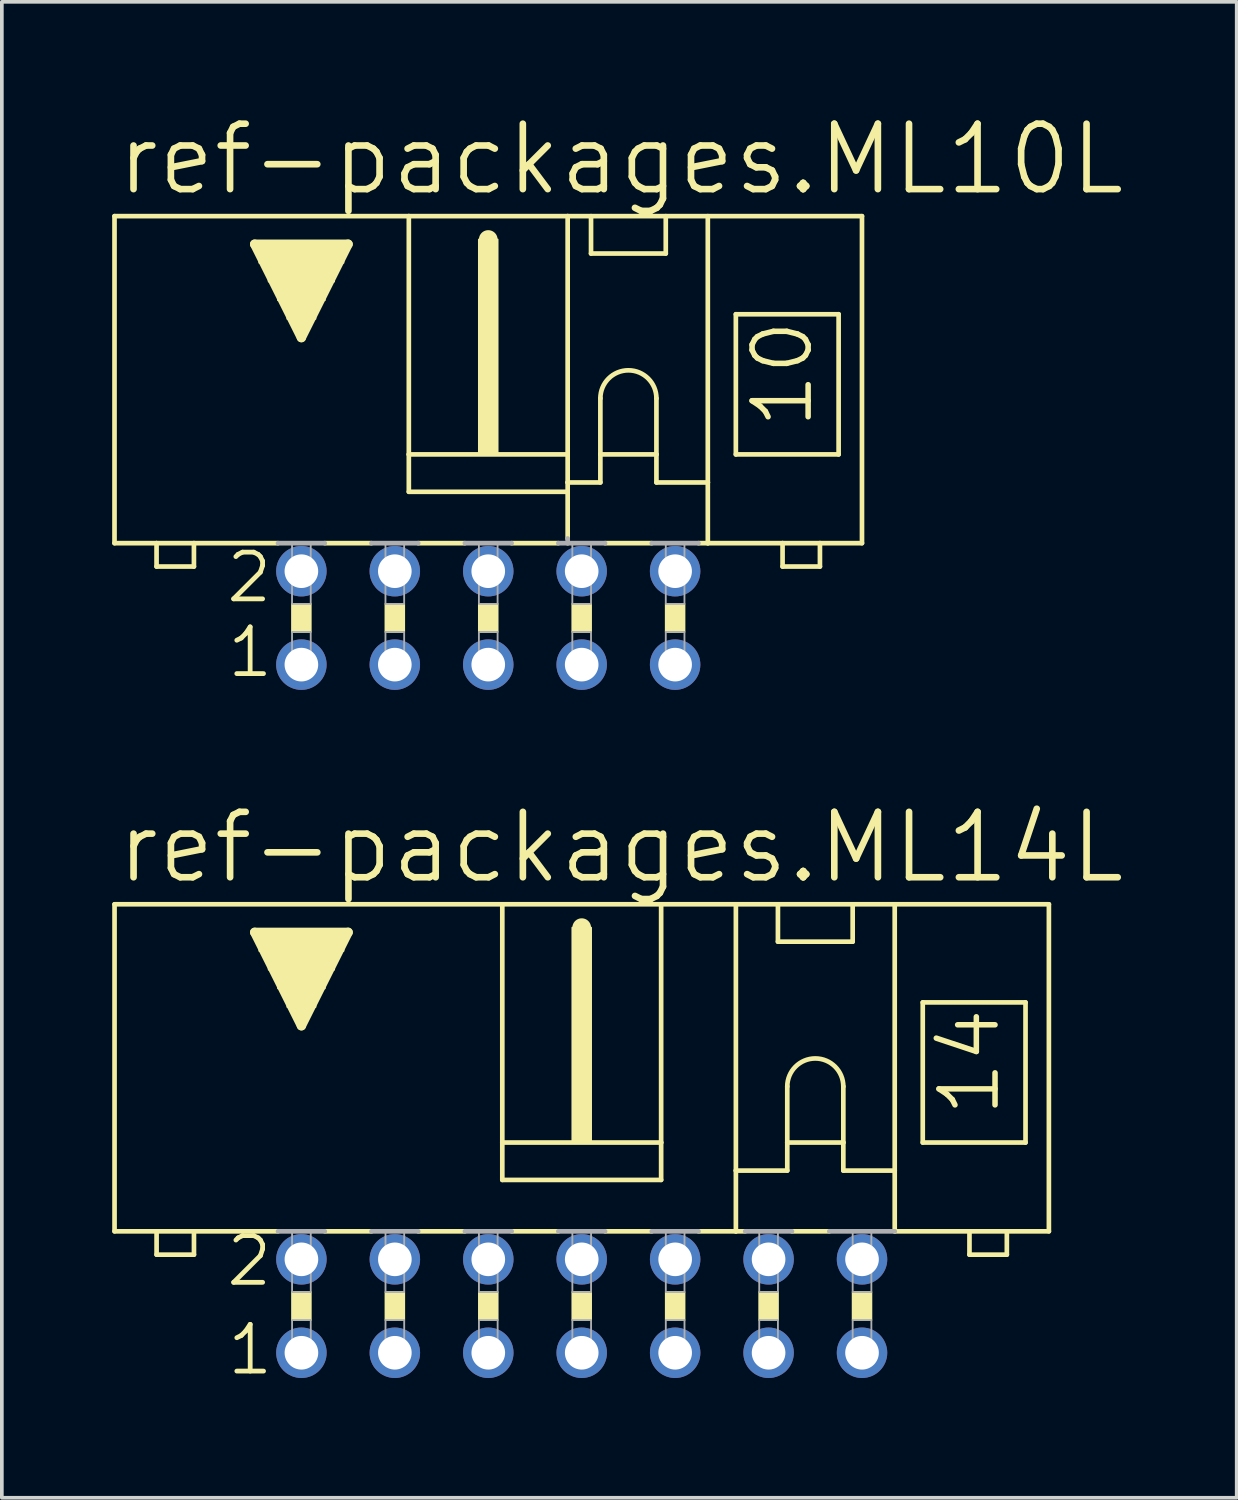
<source format=kicad_pcb>
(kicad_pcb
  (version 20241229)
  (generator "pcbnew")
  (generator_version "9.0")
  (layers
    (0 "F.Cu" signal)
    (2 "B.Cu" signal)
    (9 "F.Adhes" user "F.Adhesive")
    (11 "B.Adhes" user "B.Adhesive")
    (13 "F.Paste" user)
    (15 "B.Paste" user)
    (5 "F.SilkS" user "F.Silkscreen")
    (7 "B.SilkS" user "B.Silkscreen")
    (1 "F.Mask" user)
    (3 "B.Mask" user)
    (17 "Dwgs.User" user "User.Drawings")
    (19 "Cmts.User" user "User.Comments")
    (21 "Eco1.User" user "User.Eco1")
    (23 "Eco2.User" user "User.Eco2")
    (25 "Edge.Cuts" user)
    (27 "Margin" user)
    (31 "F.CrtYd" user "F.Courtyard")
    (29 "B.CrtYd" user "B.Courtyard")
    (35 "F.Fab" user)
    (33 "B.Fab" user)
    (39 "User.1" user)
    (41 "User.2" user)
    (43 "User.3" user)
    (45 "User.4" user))
  (footprint "ref-packages.ML14L"
    (layer "F.Cu")
    (at 12.764 32.455)
    (property "Reference" "ref-packages.ML14L" (at -12.725 -11.43 0) (layer "F.SilkS") (effects (font (size 1.778 1.778) (thickness 0.18)) (justify left bottom)))
    (attr through_hole)
    (fp_line (start -12.7 -10.922) (end -12.7 -2.032) (stroke (width 0.127) (type default)) (layer "F.SilkS"))
    (fp_line (start -12.7 -2.032) (end -11.557 -2.032) (stroke (width 0.127) (type default)) (layer "F.SilkS"))
    (fp_line (start -11.557 -2.032) (end -11.557 -1.397) (stroke (width 0.127) (type default)) (layer "F.SilkS"))
    (fp_line (start -11.557 -2.032) (end -10.541 -2.032) (stroke (width 0.127) (type default)) (layer "F.SilkS"))
    (fp_line (start -10.541 -2.032) (end -8.255 -2.032) (stroke (width 0.127) (type default)) (layer "F.SilkS"))
    (fp_line (start -10.541 -1.397) (end -11.557 -1.397) (stroke (width 0.127) (type default)) (layer "F.SilkS"))
    (fp_line (start -10.541 -1.397) (end -10.541 -2.032) (stroke (width 0.127) (type default)) (layer "F.SilkS"))
    (fp_line (start -8.89 -10.16) (end -6.35 -10.16) (stroke (width 0.254) (type default)) (layer "F.SilkS"))
    (fp_line (start -7.62 -7.62) (end -8.89 -10.16) (stroke (width 0.254) (type default)) (layer "F.SilkS"))
    (fp_line (start -6.985 -2.032) (end -5.715 -2.032) (stroke (width 0.127) (type default)) (layer "F.SilkS"))
    (fp_line (start -6.35 -10.16) (end -7.62 -7.62) (stroke (width 0.254) (type default)) (layer "F.SilkS"))
    (fp_line (start -4.445 -2.032) (end -3.175 -2.032) (stroke (width 0.127) (type default)) (layer "F.SilkS"))
    (fp_line (start -2.159 -10.922) (end -12.7 -10.922) (stroke (width 0.127) (type default)) (layer "F.SilkS"))
    (fp_line (start -2.159 -10.922) (end -2.159 -4.445) (stroke (width 0.127) (type default)) (layer "F.SilkS"))
    (fp_line (start -2.159 -10.922) (end 2.159 -10.922) (stroke (width 0.127) (type default)) (layer "F.SilkS"))
    (fp_line (start -2.159 -4.445) (end -2.159 -3.429) (stroke (width 0.127) (type default)) (layer "F.SilkS"))
    (fp_line (start -1.905 -2.032) (end -0.635 -2.032) (stroke (width 0.127) (type default)) (layer "F.SilkS"))
    (fp_line (start 0 -10.033) (end 0 -10.287) (stroke (width 0.508) (type default)) (layer "F.SilkS"))
    (fp_line (start 0.635 -2.032) (end 1.905 -2.032) (stroke (width 0.127) (type default)) (layer "F.SilkS"))
    (fp_line (start 2.159 -10.922) (end 2.159 -4.445) (stroke (width 0.127) (type default)) (layer "F.SilkS"))
    (fp_line (start 2.159 -10.922) (end 4.191 -10.922) (stroke (width 0.127) (type default)) (layer "F.SilkS"))
    (fp_line (start 2.159 -4.445) (end -2.159 -4.445) (stroke (width 0.127) (type default)) (layer "F.SilkS"))
    (fp_line (start 2.159 -4.445) (end 2.159 -3.429) (stroke (width 0.127) (type default)) (layer "F.SilkS"))
    (fp_line (start 2.159 -3.429) (end -2.159 -3.429) (stroke (width 0.127) (type default)) (layer "F.SilkS"))
    (fp_line (start 3.175 -2.032) (end 4.191 -2.032) (stroke (width 0.127) (type default)) (layer "F.SilkS"))
    (fp_line (start 4.191 -10.922) (end 12.7 -10.922) (stroke (width 0.127) (type default)) (layer "F.SilkS"))
    (fp_line (start 4.191 -3.683) (end 4.191 -10.922) (stroke (width 0.127) (type default)) (layer "F.SilkS"))
    (fp_line (start 4.191 -3.683) (end 4.191 -2.032) (stroke (width 0.127) (type default)) (layer "F.SilkS"))
    (fp_line (start 4.191 -3.683) (end 5.588 -3.683) (stroke (width 0.127) (type default)) (layer "F.SilkS"))
    (fp_line (start 4.191 -2.032) (end 4.445 -2.032) (stroke (width 0.127) (type default)) (layer "F.SilkS"))
    (fp_line (start 5.334 -9.906) (end 5.334 -10.922) (stroke (width 0.127) (type default)) (layer "F.SilkS"))
    (fp_line (start 5.334 -9.906) (end 7.366 -9.906) (stroke (width 0.127) (type default)) (layer "F.SilkS"))
    (fp_line (start 5.588 -5.969) (end 5.588 -4.445) (stroke (width 0.127) (type default)) (layer "F.SilkS"))
    (fp_line (start 5.588 -4.445) (end 5.588 -3.683) (stroke (width 0.127) (type default)) (layer "F.SilkS"))
    (fp_line (start 5.588 -4.445) (end 7.112 -4.445) (stroke (width 0.127) (type default)) (layer "F.SilkS"))
    (fp_line (start 5.715 -2.032) (end 6.731 -2.032) (stroke (width 0.127) (type default)) (layer "F.SilkS"))
    (fp_line (start 7.112 -5.969) (end 7.112 -4.445) (stroke (width 0.127) (type default)) (layer "F.SilkS"))
    (fp_line (start 7.112 -4.445) (end 7.112 -3.683) (stroke (width 0.127) (type default)) (layer "F.SilkS"))
    (fp_line (start 7.112 -3.683) (end 8.509 -3.683) (stroke (width 0.127) (type default)) (layer "F.SilkS"))
    (fp_line (start 7.366 -10.922) (end 7.366 -9.906) (stroke (width 0.127) (type default)) (layer "F.SilkS"))
    (fp_line (start 8.509 -3.683) (end 8.509 -10.922) (stroke (width 0.127) (type default)) (layer "F.SilkS"))
    (fp_line (start 8.509 -3.683) (end 8.509 -2.032) (stroke (width 0.127) (type default)) (layer "F.SilkS"))
    (fp_line (start 9.271 -8.255) (end 9.271 -4.445) (stroke (width 0.127) (type default)) (layer "F.SilkS"))
    (fp_line (start 9.271 -8.255) (end 12.065 -8.255) (stroke (width 0.127) (type default)) (layer "F.SilkS"))
    (fp_line (start 9.271 -4.445) (end 12.065 -4.445) (stroke (width 0.127) (type default)) (layer "F.SilkS"))
    (fp_line (start 10.541 -2.032) (end 8.509 -2.032) (stroke (width 0.127) (type default)) (layer "F.SilkS"))
    (fp_line (start 10.541 -2.032) (end 10.541 -1.397) (stroke (width 0.127) (type default)) (layer "F.SilkS"))
    (fp_line (start 11.557 -2.032) (end 10.541 -2.032) (stroke (width 0.127) (type default)) (layer "F.SilkS"))
    (fp_line (start 11.557 -1.397) (end 10.541 -1.397) (stroke (width 0.127) (type default)) (layer "F.SilkS"))
    (fp_line (start 11.557 -1.397) (end 11.557 -2.032) (stroke (width 0.127) (type default)) (layer "F.SilkS"))
    (fp_line (start 12.065 -4.445) (end 12.065 -8.255) (stroke (width 0.127) (type default)) (layer "F.SilkS"))
    (fp_line (start 12.7 -10.922) (end 12.7 -2.032) (stroke (width 0.127) (type default)) (layer "F.SilkS"))
    (fp_line (start 12.7 -2.032) (end 11.557 -2.032) (stroke (width 0.127) (type default)) (layer "F.SilkS"))
    (fp_rect (start -8.763 -9.652) (end -6.477 -10.16) (stroke (width 0.05) (type default)) (fill yes) (layer "F.SilkS"))
    (fp_rect (start -8.509 -9.144) (end -6.731 -9.652) (stroke (width 0.05) (type default)) (fill yes) (layer "F.SilkS"))
    (fp_rect (start -8.255 -8.636) (end -6.985 -9.144) (stroke (width 0.05) (type default)) (fill yes) (layer "F.SilkS"))
    (fp_rect (start -8.001 -8.128) (end -7.239 -8.636) (stroke (width 0.05) (type default)) (fill yes) (layer "F.SilkS"))
    (fp_rect (start -7.874 0.381) (end -7.366 -0.381) (stroke (width 0.05) (type default)) (fill yes) (layer "F.SilkS"))
    (fp_rect (start -7.747 -7.874) (end -7.493 -8.128) (stroke (width 0.05) (type default)) (fill yes) (layer "F.SilkS"))
    (fp_rect (start -5.334 0.381) (end -4.826 -0.381) (stroke (width 0.05) (type default)) (fill yes) (layer "F.SilkS"))
    (fp_rect (start -2.794 0.381) (end -2.286 -0.381) (stroke (width 0.05) (type default)) (fill yes) (layer "F.SilkS"))
    (fp_rect (start -0.254 -4.445) (end 0.254 -10.287) (stroke (width 0.05) (type default)) (fill yes) (layer "F.SilkS"))
    (fp_rect (start -0.254 0.381) (end 0.254 -0.381) (stroke (width 0.05) (type default)) (fill yes) (layer "F.SilkS"))
    (fp_rect (start 2.286 0.381) (end 2.794 -0.381) (stroke (width 0.05) (type default)) (fill yes) (layer "F.SilkS"))
    (fp_rect (start 4.826 0.381) (end 5.334 -0.381) (stroke (width 0.05) (type default)) (fill yes) (layer "F.SilkS"))
    (fp_rect (start 7.366 0.381) (end 7.874 -0.381) (stroke (width 0.05) (type default)) (fill yes) (layer "F.SilkS"))
    (fp_arc (start 5.588 -5.969) (mid 6.35 -6.731) (end 7.112 -5.969) (stroke (width 0.127) (type default)) (layer "F.SilkS"))
    (fp_line (start -8.255 -2.032) (end -6.985 -2.032) (stroke (width 0.127) (type default)) (layer "F.Fab"))
    (fp_line (start -5.715 -2.032) (end -4.445 -2.032) (stroke (width 0.127) (type default)) (layer "F.Fab"))
    (fp_line (start -3.175 -2.032) (end -1.905 -2.032) (stroke (width 0.127) (type default)) (layer "F.Fab"))
    (fp_line (start -0.635 -2.032) (end 0.635 -2.032) (stroke (width 0.127) (type default)) (layer "F.Fab"))
    (fp_line (start 3.175 -2.032) (end 1.905 -2.032) (stroke (width 0.127) (type default)) (layer "F.Fab"))
    (fp_line (start 5.715 -2.032) (end 4.445 -2.032) (stroke (width 0.127) (type default)) (layer "F.Fab"))
    (fp_line (start 8.509 -2.032) (end 6.731 -2.032) (stroke (width 0.127) (type default)) (layer "F.Fab"))
    (fp_rect (start -7.874 -0.381) (end -7.366 -2.032) (stroke (width 0.05) (type default)) (fill no) (layer "F.Fab"))
    (fp_rect (start -7.874 1.524) (end -7.366 0.381) (stroke (width 0.05) (type default)) (fill no) (layer "F.Fab"))
    (fp_rect (start -5.334 -0.381) (end -4.826 -2.032) (stroke (width 0.05) (type default)) (fill no) (layer "F.Fab"))
    (fp_rect (start -5.334 1.524) (end -4.826 0.381) (stroke (width 0.05) (type default)) (fill no) (layer "F.Fab"))
    (fp_rect (start -2.794 -0.381) (end -2.286 -2.032) (stroke (width 0.05) (type default)) (fill no) (layer "F.Fab"))
    (fp_rect (start -2.794 1.524) (end -2.286 0.381) (stroke (width 0.05) (type default)) (fill no) (layer "F.Fab"))
    (fp_rect (start -0.254 -0.381) (end 0.254 -2.032) (stroke (width 0.05) (type default)) (fill no) (layer "F.Fab"))
    (fp_rect (start -0.254 1.524) (end 0.254 0.381) (stroke (width 0.05) (type default)) (fill no) (layer "F.Fab"))
    (fp_rect (start 2.286 -0.381) (end 2.794 -2.032) (stroke (width 0.05) (type default)) (fill no) (layer "F.Fab"))
    (fp_rect (start 2.286 1.524) (end 2.794 0.381) (stroke (width 0.05) (type default)) (fill no) (layer "F.Fab"))
    (fp_rect (start 4.826 -0.381) (end 5.334 -2.032) (stroke (width 0.05) (type default)) (fill no) (layer "F.Fab"))
    (fp_rect (start 4.826 1.524) (end 5.334 0.381) (stroke (width 0.05) (type default)) (fill no) (layer "F.Fab"))
    (fp_rect (start 7.366 -0.381) (end 7.874 -2.032) (stroke (width 0.05) (type default)) (fill no) (layer "F.Fab"))
    (fp_rect (start 7.366 1.524) (end 7.874 0.381) (stroke (width 0.05) (type default)) (fill no) (layer "F.Fab"))
    (fp_text user "14" (at 11.43 -5.08 90) (layer "F.SilkS") (effects (font (size 1.524 1.524) (thickness 0.15)) (justify left bottom)))
    (fp_text user "1" (at -9.703 1.93 0) (layer "F.SilkS") (effects (font (size 1.27 1.27) (thickness 0.13)) (justify left bottom)))
    (fp_text user "2" (at -9.728 -0.483 0) (layer "F.SilkS") (effects (font (size 1.27 1.27) (thickness 0.13)) (justify left bottom)))
    (pad "1" thru_hole circle (at -7.62 1.27) (size 1.372 1.372) (drill 0.914) (layers "*.Cu" "*.Mask"))
    (pad "2" thru_hole circle (at -7.62 -1.27) (size 1.372 1.372) (drill 0.914) (layers "*.Cu" "*.Mask"))
    (pad "3" thru_hole circle (at -5.08 1.27) (size 1.372 1.372) (drill 0.914) (layers "*.Cu" "*.Mask"))
    (pad "4" thru_hole circle (at -5.08 -1.27) (size 1.372 1.372) (drill 0.914) (layers "*.Cu" "*.Mask"))
    (pad "5" thru_hole circle (at -2.54 1.27) (size 1.372 1.372) (drill 0.914) (layers "*.Cu" "*.Mask"))
    (pad "6" thru_hole circle (at -2.54 -1.27) (size 1.372 1.372) (drill 0.914) (layers "*.Cu" "*.Mask"))
    (pad "7" thru_hole circle (at 0 1.27) (size 1.372 1.372) (drill 0.914) (layers "*.Cu" "*.Mask"))
    (pad "8" thru_hole circle (at 0 -1.27) (size 1.372 1.372) (drill 0.914) (layers "*.Cu" "*.Mask"))
    (pad "9" thru_hole circle (at 2.54 1.27) (size 1.372 1.372) (drill 0.914) (layers "*.Cu" "*.Mask"))
    (pad "10" thru_hole circle (at 2.54 -1.27) (size 1.372 1.372) (drill 0.914) (layers "*.Cu" "*.Mask"))
    (pad "11" thru_hole circle (at 5.08 1.27) (size 1.372 1.372) (drill 0.914) (layers "*.Cu" "*.Mask"))
    (pad "12" thru_hole circle (at 5.08 -1.27) (size 1.372 1.372) (drill 0.914) (layers "*.Cu" "*.Mask"))
    (pad "13" thru_hole circle (at 7.62 1.27) (size 1.372 1.372) (drill 0.914) (layers "*.Cu" "*.Mask"))
    (pad "14" thru_hole circle (at 7.62 -1.27) (size 1.372 1.372) (drill 0.914) (layers "*.Cu" "*.Mask")))
  (footprint "ref-packages.ML10L"
    (layer "F.Cu")
    (at 10.223 13.748)
    (property "Reference" "ref-packages.ML10L" (at -10.185 -11.43 0) (layer "F.SilkS") (effects (font (size 1.778 1.778) (thickness 0.18)) (justify left bottom)))
    (attr through_hole)
    (fp_line (start -10.16 -2.032) (end -10.16 -10.922) (stroke (width 0.127) (type default)) (layer "F.SilkS"))
    (fp_line (start -10.16 -2.032) (end -9.017 -2.032) (stroke (width 0.127) (type default)) (layer "F.SilkS"))
    (fp_line (start -9.017 -2.032) (end -9.017 -1.397) (stroke (width 0.127) (type default)) (layer "F.SilkS"))
    (fp_line (start -9.017 -2.032) (end -8.001 -2.032) (stroke (width 0.127) (type default)) (layer "F.SilkS"))
    (fp_line (start -8.001 -2.032) (end -5.715 -2.032) (stroke (width 0.127) (type default)) (layer "F.SilkS"))
    (fp_line (start -8.001 -1.397) (end -9.017 -1.397) (stroke (width 0.127) (type default)) (layer "F.SilkS"))
    (fp_line (start -8.001 -1.397) (end -8.001 -2.032) (stroke (width 0.127) (type default)) (layer "F.SilkS"))
    (fp_line (start -6.35 -10.16) (end -3.81 -10.16) (stroke (width 0.254) (type default)) (layer "F.SilkS"))
    (fp_line (start -5.08 -7.62) (end -6.35 -10.16) (stroke (width 0.254) (type default)) (layer "F.SilkS"))
    (fp_line (start -4.445 -2.032) (end -3.175 -2.032) (stroke (width 0.127) (type default)) (layer "F.SilkS"))
    (fp_line (start -3.81 -10.16) (end -5.08 -7.62) (stroke (width 0.254) (type default)) (layer "F.SilkS"))
    (fp_line (start -2.159 -10.922) (end -10.16 -10.922) (stroke (width 0.127) (type default)) (layer "F.SilkS"))
    (fp_line (start -2.159 -10.922) (end -2.159 -4.445) (stroke (width 0.127) (type default)) (layer "F.SilkS"))
    (fp_line (start -2.159 -10.922) (end 2.159 -10.922) (stroke (width 0.127) (type default)) (layer "F.SilkS"))
    (fp_line (start -2.159 -4.445) (end -2.159 -3.429) (stroke (width 0.127) (type default)) (layer "F.SilkS"))
    (fp_line (start -1.905 -2.032) (end -0.635 -2.032) (stroke (width 0.127) (type default)) (layer "F.SilkS"))
    (fp_line (start 0 -10.033) (end 0 -10.287) (stroke (width 0.508) (type default)) (layer "F.SilkS"))
    (fp_line (start 0.635 -2.032) (end 1.905 -2.032) (stroke (width 0.127) (type default)) (layer "F.SilkS"))
    (fp_line (start 2.159 -10.922) (end 2.159 -4.445) (stroke (width 0.127) (type default)) (layer "F.SilkS"))
    (fp_line (start 2.159 -10.922) (end 10.16 -10.922) (stroke (width 0.127) (type default)) (layer "F.SilkS"))
    (fp_line (start 2.159 -4.445) (end -2.159 -4.445) (stroke (width 0.127) (type default)) (layer "F.SilkS"))
    (fp_line (start 2.159 -4.445) (end 2.159 -3.683) (stroke (width 0.127) (type default)) (layer "F.SilkS"))
    (fp_line (start 2.159 -3.683) (end 2.159 -3.429) (stroke (width 0.127) (type default)) (layer "F.SilkS"))
    (fp_line (start 2.159 -3.683) (end 3.048 -3.683) (stroke (width 0.127) (type default)) (layer "F.SilkS"))
    (fp_line (start 2.159 -3.429) (end -2.159 -3.429) (stroke (width 0.127) (type default)) (layer "F.SilkS"))
    (fp_line (start 2.159 -3.429) (end 2.159 -2.159) (stroke (width 0.127) (type default)) (layer "F.SilkS"))
    (fp_line (start 2.794 -9.906) (end 2.794 -10.922) (stroke (width 0.127) (type default)) (layer "F.SilkS"))
    (fp_line (start 2.794 -9.906) (end 4.826 -9.906) (stroke (width 0.127) (type default)) (layer "F.SilkS"))
    (fp_line (start 3.048 -5.969) (end 3.048 -4.445) (stroke (width 0.127) (type default)) (layer "F.SilkS"))
    (fp_line (start 3.048 -4.445) (end 3.048 -3.683) (stroke (width 0.127) (type default)) (layer "F.SilkS"))
    (fp_line (start 3.048 -4.445) (end 4.572 -4.445) (stroke (width 0.127) (type default)) (layer "F.SilkS"))
    (fp_line (start 3.175 -2.032) (end 4.445 -2.032) (stroke (width 0.127) (type default)) (layer "F.SilkS"))
    (fp_line (start 4.572 -5.969) (end 4.572 -4.445) (stroke (width 0.127) (type default)) (layer "F.SilkS"))
    (fp_line (start 4.572 -4.445) (end 4.572 -3.683) (stroke (width 0.127) (type default)) (layer "F.SilkS"))
    (fp_line (start 4.572 -3.683) (end 5.969 -3.683) (stroke (width 0.127) (type default)) (layer "F.SilkS"))
    (fp_line (start 4.826 -10.922) (end 4.826 -9.906) (stroke (width 0.127) (type default)) (layer "F.SilkS"))
    (fp_line (start 5.969 -3.683) (end 5.969 -10.922) (stroke (width 0.127) (type default)) (layer "F.SilkS"))
    (fp_line (start 5.969 -3.683) (end 5.969 -2.032) (stroke (width 0.127) (type default)) (layer "F.SilkS"))
    (fp_line (start 5.969 -2.032) (end 5.715 -2.032) (stroke (width 0.127) (type default)) (layer "F.SilkS"))
    (fp_line (start 6.731 -8.255) (end 6.731 -4.445) (stroke (width 0.127) (type default)) (layer "F.SilkS"))
    (fp_line (start 6.731 -8.255) (end 9.525 -8.255) (stroke (width 0.127) (type default)) (layer "F.SilkS"))
    (fp_line (start 6.731 -4.445) (end 9.525 -4.445) (stroke (width 0.127) (type default)) (layer "F.SilkS"))
    (fp_line (start 8.001 -2.032) (end 5.969 -2.032) (stroke (width 0.127) (type default)) (layer "F.SilkS"))
    (fp_line (start 8.001 -2.032) (end 8.001 -1.397) (stroke (width 0.127) (type default)) (layer "F.SilkS"))
    (fp_line (start 9.017 -2.032) (end 8.001 -2.032) (stroke (width 0.127) (type default)) (layer "F.SilkS"))
    (fp_line (start 9.017 -1.397) (end 8.001 -1.397) (stroke (width 0.127) (type default)) (layer "F.SilkS"))
    (fp_line (start 9.017 -1.397) (end 9.017 -2.032) (stroke (width 0.127) (type default)) (layer "F.SilkS"))
    (fp_line (start 9.525 -4.445) (end 9.525 -8.255) (stroke (width 0.127) (type default)) (layer "F.SilkS"))
    (fp_line (start 10.16 -10.922) (end 10.16 -2.032) (stroke (width 0.127) (type default)) (layer "F.SilkS"))
    (fp_line (start 10.16 -2.032) (end 9.017 -2.032) (stroke (width 0.127) (type default)) (layer "F.SilkS"))
    (fp_rect (start -6.223 -9.652) (end -3.937 -10.16) (stroke (width 0.05) (type default)) (fill yes) (layer "F.SilkS"))
    (fp_rect (start -5.969 -9.144) (end -4.191 -9.652) (stroke (width 0.05) (type default)) (fill yes) (layer "F.SilkS"))
    (fp_rect (start -5.715 -8.636) (end -4.445 -9.144) (stroke (width 0.05) (type default)) (fill yes) (layer "F.SilkS"))
    (fp_rect (start -5.461 -8.128) (end -4.699 -8.636) (stroke (width 0.05) (type default)) (fill yes) (layer "F.SilkS"))
    (fp_rect (start -5.334 0.381) (end -4.826 -0.381) (stroke (width 0.05) (type default)) (fill yes) (layer "F.SilkS"))
    (fp_rect (start -5.207 -7.874) (end -4.953 -8.128) (stroke (width 0.05) (type default)) (fill yes) (layer "F.SilkS"))
    (fp_rect (start -2.794 0.381) (end -2.286 -0.381) (stroke (width 0.05) (type default)) (fill yes) (layer "F.SilkS"))
    (fp_rect (start -0.254 -4.445) (end 0.254 -10.287) (stroke (width 0.05) (type default)) (fill yes) (layer "F.SilkS"))
    (fp_rect (start -0.254 0.381) (end 0.254 -0.381) (stroke (width 0.05) (type default)) (fill yes) (layer "F.SilkS"))
    (fp_rect (start 2.286 0.381) (end 2.794 -0.381) (stroke (width 0.05) (type default)) (fill yes) (layer "F.SilkS"))
    (fp_rect (start 4.826 0.381) (end 5.334 -0.381) (stroke (width 0.05) (type default)) (fill yes) (layer "F.SilkS"))
    (fp_arc (start 3.048 -5.969) (mid 3.81 -6.731) (end 4.572 -5.969) (stroke (width 0.127) (type default)) (layer "F.SilkS"))
    (fp_line (start -5.715 -2.032) (end -4.445 -2.032) (stroke (width 0.127) (type default)) (layer "F.Fab"))
    (fp_line (start -3.175 -2.032) (end -1.905 -2.032) (stroke (width 0.127) (type default)) (layer "F.Fab"))
    (fp_line (start -0.635 -2.032) (end 0.635 -2.032) (stroke (width 0.127) (type default)) (layer "F.Fab"))
    (fp_line (start 1.905 -2.032) (end 2.159 -2.032) (stroke (width 0.127) (type default)) (layer "F.Fab"))
    (fp_line (start 2.159 -2.159) (end 2.159 -2.032) (stroke (width 0.127) (type default)) (layer "F.Fab"))
    (fp_line (start 2.159 -2.032) (end 3.175 -2.032) (stroke (width 0.127) (type default)) (layer "F.Fab"))
    (fp_line (start 5.715 -2.032) (end 4.445 -2.032) (stroke (width 0.127) (type default)) (layer "F.Fab"))
    (fp_rect (start -5.334 -0.381) (end -4.826 -2.032) (stroke (width 0.05) (type default)) (fill no) (layer "F.Fab"))
    (fp_rect (start -5.334 1.524) (end -4.826 0.381) (stroke (width 0.05) (type default)) (fill no) (layer "F.Fab"))
    (fp_rect (start -2.794 -0.381) (end -2.286 -2.032) (stroke (width 0.05) (type default)) (fill no) (layer "F.Fab"))
    (fp_rect (start -2.794 1.524) (end -2.286 0.381) (stroke (width 0.05) (type default)) (fill no) (layer "F.Fab"))
    (fp_rect (start -0.254 -0.381) (end 0.254 -2.032) (stroke (width 0.05) (type default)) (fill no) (layer "F.Fab"))
    (fp_rect (start -0.254 1.524) (end 0.254 0.381) (stroke (width 0.05) (type default)) (fill no) (layer "F.Fab"))
    (fp_rect (start 2.286 -0.381) (end 2.794 -2.032) (stroke (width 0.05) (type default)) (fill no) (layer "F.Fab"))
    (fp_rect (start 2.286 1.524) (end 2.794 0.381) (stroke (width 0.05) (type default)) (fill no) (layer "F.Fab"))
    (fp_rect (start 4.826 -0.381) (end 5.334 -2.032) (stroke (width 0.05) (type default)) (fill no) (layer "F.Fab"))
    (fp_rect (start 4.826 1.524) (end 5.334 0.381) (stroke (width 0.05) (type default)) (fill no) (layer "F.Fab"))
    (fp_text user "1" (at -7.163 1.676 0) (layer "F.SilkS") (effects (font (size 1.27 1.27) (thickness 0.13)) (justify left bottom)))
    (fp_text user "10" (at 8.89 -5.08 90) (layer "F.SilkS") (effects (font (size 1.524 1.524) (thickness 0.15)) (justify left bottom)))
    (fp_text user "2" (at -7.188 -0.356 0) (layer "F.SilkS") (effects (font (size 1.27 1.27) (thickness 0.13)) (justify left bottom)))
    (pad "1" thru_hole circle (at -5.08 1.27) (size 1.372 1.372) (drill 0.914) (layers "*.Cu" "*.Mask"))
    (pad "2" thru_hole circle (at -5.08 -1.27) (size 1.372 1.372) (drill 0.914) (layers "*.Cu" "*.Mask"))
    (pad "3" thru_hole circle (at -2.54 1.27) (size 1.372 1.372) (drill 0.914) (layers "*.Cu" "*.Mask"))
    (pad "4" thru_hole circle (at -2.54 -1.27) (size 1.372 1.372) (drill 0.914) (layers "*.Cu" "*.Mask"))
    (pad "5" thru_hole circle (at 0 1.27) (size 1.372 1.372) (drill 0.914) (layers "*.Cu" "*.Mask"))
    (pad "6" thru_hole circle (at 0 -1.27) (size 1.372 1.372) (drill 0.914) (layers "*.Cu" "*.Mask"))
    (pad "7" thru_hole circle (at 2.54 1.27) (size 1.372 1.372) (drill 0.914) (layers "*.Cu" "*.Mask"))
    (pad "8" thru_hole circle (at 2.54 -1.27) (size 1.372 1.372) (drill 0.914) (layers "*.Cu" "*.Mask"))
    (pad "9" thru_hole circle (at 5.08 1.27) (size 1.372 1.372) (drill 0.914) (layers "*.Cu" "*.Mask"))
    (pad "10" thru_hole circle (at 5.08 -1.27) (size 1.372 1.372) (drill 0.914) (layers "*.Cu" "*.Mask")))
  (gr_rect
    (start -3 -3)
    (end 30.57 37.667)
    (stroke (width 0.1) (type default))
    (fill no)
    (layer "Edge.Cuts")))
</source>
